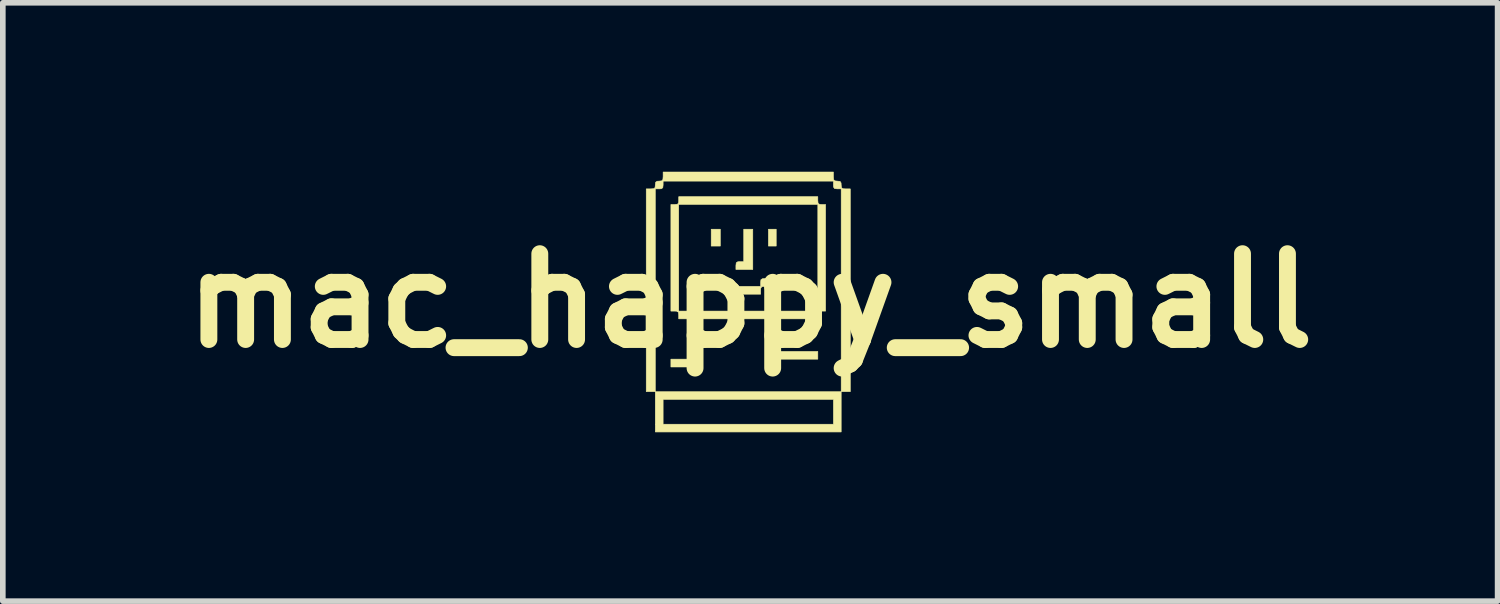
<source format=kicad_pcb>
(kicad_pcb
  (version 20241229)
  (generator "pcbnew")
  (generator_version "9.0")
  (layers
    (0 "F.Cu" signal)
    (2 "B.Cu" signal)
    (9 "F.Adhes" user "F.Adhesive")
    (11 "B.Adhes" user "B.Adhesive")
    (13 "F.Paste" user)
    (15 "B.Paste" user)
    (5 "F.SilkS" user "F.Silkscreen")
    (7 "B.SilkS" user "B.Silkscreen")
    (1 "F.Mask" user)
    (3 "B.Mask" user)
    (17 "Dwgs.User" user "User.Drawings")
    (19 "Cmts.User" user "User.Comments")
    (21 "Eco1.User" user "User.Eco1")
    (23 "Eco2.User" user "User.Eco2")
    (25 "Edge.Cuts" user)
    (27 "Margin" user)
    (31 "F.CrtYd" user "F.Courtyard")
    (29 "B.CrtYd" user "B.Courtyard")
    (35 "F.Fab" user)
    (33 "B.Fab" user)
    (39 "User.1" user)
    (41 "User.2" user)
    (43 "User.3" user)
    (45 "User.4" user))
  (footprint "mac_happy_small"
    (layer "F.Cu")
    (at 10.276 2.291)
    (property "Reference" "mac_happy_small" (at 0 0 0) (layer "F.SilkS") (effects (font (size 1.524 1.524) (thickness 0.3))))
    (attr through_hole)
    (fp_poly (pts (xy -1.108 1.178) (xy -1.409 1.178) (xy -1.409 1.039) (xy -1.108 1.039) (xy -1.108 1.178)) (stroke (width 0.01) (type solid)) (fill yes) (layer "F.SilkS"))
    (fp_poly (pts (xy -0.531 -0.97) (xy -0.693 -0.97) (xy -0.693 -1.27) (xy -0.531 -1.27) (xy -0.531 -0.97)) (stroke (width 0.01) (type solid)) (fill yes) (layer "F.SilkS"))
    (fp_poly (pts (xy 0.462 -0.97) (xy 0.323 -0.97) (xy 0.323 -1.27) (xy 0.462 -1.27) (xy 0.462 -0.97)) (stroke (width 0.01) (type solid)) (fill yes) (layer "F.SilkS"))
    (fp_poly (pts (xy 1.201 1.039) (xy 0.323 1.039) (xy 0.323 0.901) (xy 1.201 0.901) (xy 1.201 1.039)) (stroke (width 0.01) (type solid)) (fill yes) (layer "F.SilkS"))
    (fp_poly (pts (xy 0.046 -0.554) (xy -0.254 -0.554) (xy -0.254 -0.623) (xy -0.248 -0.673) (xy -0.221 -0.691) (xy -0.185 -0.693) (xy -0.115 -0.693) (xy -0.115 -1.27) (xy 0.046 -1.27) (xy 0.046 -0.554)) (stroke (width 0.01) (type solid)) (fill yes) (layer "F.SilkS"))
    (fp_poly (pts (xy 0.303 -0.387) (xy 0.321 -0.36) (xy 0.323 -0.323) (xy 0.318 -0.274) (xy 0.291 -0.256) (xy 0.254 -0.254) (xy 0.205 -0.248) (xy 0.187 -0.221) (xy 0.185 -0.185) (xy 0.185 -0.115) (xy -0.393 -0.115) (xy -0.393 -0.185) (xy -0.398 -0.234) (xy -0.425 -0.252) (xy -0.462 -0.254) (xy -0.511 -0.26) (xy -0.529 -0.287) (xy -0.531 -0.323) (xy -0.525 -0.372) (xy -0.498 -0.39) (xy -0.462 -0.393) (xy -0.413 -0.387) (xy -0.395 -0.36) (xy -0.393 -0.323) (xy -0.393 -0.254) (xy 0.185 -0.254) (xy 0.185 -0.323) (xy 0.19 -0.372) (xy 0.217 -0.39) (xy 0.254 -0.393) (xy 0.303 -0.387)) (stroke (width 0.01) (type solid)) (fill yes) (layer "F.SilkS"))
    (fp_poly (pts (xy 1.201 -1.778) (xy 1.206 -1.729) (xy 1.233 -1.711) (xy 1.27 -1.709) (xy 1.339 -1.709) (xy 1.339 0.185) (xy 1.27 0.185) (xy 1.221 0.19) (xy 1.203 0.217) (xy 1.201 0.254) (xy 1.201 0.323) (xy -1.27 0.323) (xy -1.27 0.254) (xy -1.276 0.205) (xy -1.303 0.187) (xy -1.339 0.185) (xy -1.409 0.185) (xy -1.409 -1.709) (xy -1.339 -1.709) (xy -1.27 -1.709) (xy -1.27 0.185) (xy 1.201 0.185) (xy 1.201 -1.709) (xy -1.27 -1.709) (xy -1.339 -1.709) (xy -1.29 -1.714) (xy -1.272 -1.741) (xy -1.27 -1.778) (xy -1.27 -1.847) (xy 1.201 -1.847) (xy 1.201 -1.778)) (stroke (width 0.01) (type solid)) (fill yes) (layer "F.SilkS"))
    (fp_poly (pts (xy 1.478 -2.205) (xy 1.482 -2.151) (xy 1.501 -2.129) (xy 1.547 -2.124) (xy 1.596 -2.119) (xy 1.614 -2.092) (xy 1.616 -2.055) (xy 1.621 -2.009) (xy 1.644 -1.989) (xy 1.697 -1.986) (xy 1.778 -1.986) (xy 1.778 1.616) (xy 1.616 1.616) (xy 1.616 2.332) (xy -1.686 2.332) (xy -1.686 1.755) (xy -1.547 1.755) (xy -1.547 2.194) (xy 1.478 2.194) (xy 1.478 1.755) (xy -1.547 1.755) (xy -1.686 1.755) (xy -1.686 1.616) (xy -1.847 1.616) (xy -1.847 -1.986) (xy -1.766 -1.986) (xy -1.686 -1.986) (xy -1.686 1.616) (xy 1.616 1.616) (xy 1.616 -1.986) (xy 1.547 -1.986) (xy 1.498 -1.992) (xy 1.48 -2.019) (xy 1.478 -2.055) (xy 1.478 -2.124) (xy -1.547 -2.124) (xy -1.547 -2.055) (xy -1.553 -2.006) (xy -1.58 -1.988) (xy -1.616 -1.986) (xy -1.686 -1.986) (xy -1.766 -1.986) (xy -1.712 -1.99) (xy -1.69 -2.009) (xy -1.686 -2.055) (xy -1.68 -2.104) (xy -1.653 -2.122) (xy -1.616 -2.124) (xy -1.57 -2.129) (xy -1.551 -2.152) (xy -1.547 -2.205) (xy -1.547 -2.286) (xy 1.478 -2.286) (xy 1.478 -2.205)) (stroke (width 0.01) (type solid)) (fill yes) (layer "F.SilkS")))
  (gr_rect
    (start -3 -3)
    (end 23.552 7.628)
    (stroke (width 0.1) (type default))
    (fill no)
    (layer "Edge.Cuts")))
</source>
